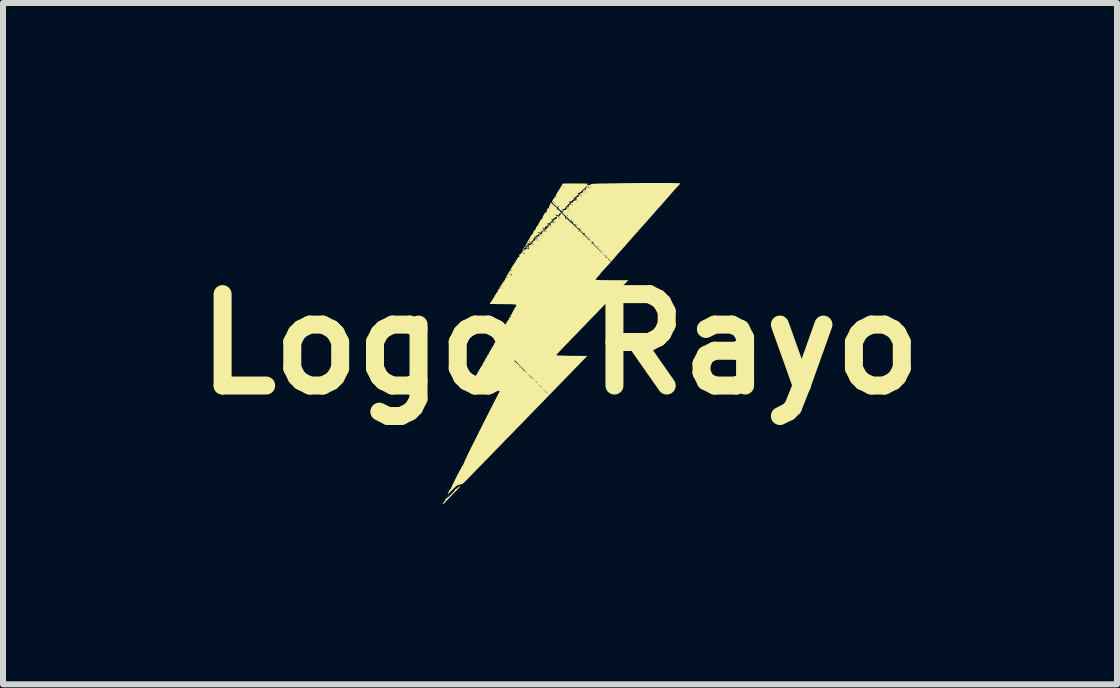
<source format=kicad_pcb>
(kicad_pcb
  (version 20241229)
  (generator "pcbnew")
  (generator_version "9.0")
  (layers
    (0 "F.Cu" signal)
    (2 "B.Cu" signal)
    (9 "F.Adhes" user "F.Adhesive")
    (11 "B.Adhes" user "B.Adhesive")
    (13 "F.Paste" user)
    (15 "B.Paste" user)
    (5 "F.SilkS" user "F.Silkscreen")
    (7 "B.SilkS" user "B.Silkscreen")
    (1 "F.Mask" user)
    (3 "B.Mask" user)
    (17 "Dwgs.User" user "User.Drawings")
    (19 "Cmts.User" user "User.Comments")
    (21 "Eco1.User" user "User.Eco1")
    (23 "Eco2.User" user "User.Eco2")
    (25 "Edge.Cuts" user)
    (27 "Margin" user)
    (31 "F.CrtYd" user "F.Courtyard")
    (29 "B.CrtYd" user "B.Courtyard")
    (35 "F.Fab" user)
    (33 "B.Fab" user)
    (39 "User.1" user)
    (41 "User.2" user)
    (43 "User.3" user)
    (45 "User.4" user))
  (footprint "Logo Rayo"
    (layer "F.Cu")
    (at 6.285 2.687)
    (property "Reference" "Logo Rayo" (at 0 0 0) (layer "F.SilkS") (effects (font (size 1.524 1.524) (thickness 0.3))))
    (attr board_only exclude_from_pos_files exclude_from_bom)
    (fp_poly (pts (xy -1.877 2.538) (xy -1.882 2.543) (xy -1.887 2.538) (xy -1.882 2.534)) (stroke (width 0) (type solid)) (fill yes) (layer "F.SilkS"))
    (fp_poly (pts (xy -1.859 2.52) (xy -1.864 2.525) (xy -1.868 2.52) (xy -1.864 2.515)) (stroke (width 0) (type solid)) (fill yes) (layer "F.SilkS"))
    (fp_poly (pts (xy -0.602 0.433) (xy -0.606 0.437) (xy -0.611 0.433) (xy -0.606 0.428)) (stroke (width 0) (type solid)) (fill yes) (layer "F.SilkS"))
    (fp_poly (pts (xy -0.374 -1.773) (xy -0.378 -1.768) (xy -0.383 -1.773) (xy -0.378 -1.777)) (stroke (width 0) (type solid)) (fill yes) (layer "F.SilkS"))
    (fp_poly (pts (xy -0.155 -1.991) (xy -0.159 -1.987) (xy -0.164 -1.991) (xy -0.159 -1.996)) (stroke (width 0) (type solid)) (fill yes) (layer "F.SilkS"))
    (fp_poly (pts (xy -0.027 -2.283) (xy -0.032 -2.278) (xy -0.036 -2.283) (xy -0.032 -2.288)) (stroke (width 0) (type solid)) (fill yes) (layer "F.SilkS"))
    (fp_poly (pts (xy -0.009 -2.137) (xy -0.014 -2.133) (xy -0.018 -2.137) (xy -0.014 -2.142)) (stroke (width 0) (type solid)) (fill yes) (layer "F.SilkS"))
    (fp_poly (pts (xy 0.237 -2.438) (xy 0.232 -2.433) (xy 0.228 -2.438) (xy 0.232 -2.442)) (stroke (width 0) (type solid)) (fill yes) (layer "F.SilkS"))
    (fp_poly (pts (xy 0.096 -2.285) (xy 0.103 -2.28) (xy 0.117 -2.266) (xy 0.117 -2.26) (xy 0.115 -2.26) (xy 0.107 -2.266) (xy 0.099 -2.276) (xy 0.091 -2.287)) (stroke (width 0) (type solid)) (fill yes) (layer "F.SilkS"))
    (fp_poly (pts (xy 0.271 -2.419) (xy 0.265 -2.413) (xy 0.252 -2.399) (xy 0.246 -2.399) (xy 0.246 -2.4) (xy 0.252 -2.408) (xy 0.262 -2.416) (xy 0.273 -2.424)) (stroke (width 0) (type solid)) (fill yes) (layer "F.SilkS"))
    (fp_poly (pts (xy -0.452 -1.706) (xy -0.454 -1.694) (xy -0.46 -1.687) (xy -0.473 -1.681) (xy -0.478 -1.685) (xy -0.476 -1.697) (xy -0.473 -1.7) (xy -0.465 -1.7) (xy -0.46 -1.695) (xy -0.456 -1.7) (xy -0.46 -1.704) (xy -0.465 -1.7) (xy -0.473 -1.7) (xy -0.47 -1.704) (xy -0.457 -1.709)) (stroke (width 0) (type solid)) (fill yes) (layer "F.SilkS"))
    (fp_poly (pts (xy -0.525 -1.632) (xy -0.526 -1.62) (xy -0.529 -1.618) (xy -0.533 -1.607) (xy -0.527 -1.596) (xy -0.519 -1.586) (xy -0.525 -1.589) (xy -0.529 -1.592) (xy -0.546 -1.598) (xy -0.553 -1.595) (xy -0.559 -1.594) (xy -0.561 -1.608) (xy -0.561 -1.61) (xy -0.554 -1.61) (xy -0.554 -1.604) (xy -0.552 -1.604) (xy -0.545 -1.61) (xy -0.537 -1.62) (xy -0.529 -1.631) (xy -0.533 -1.629) (xy -0.54 -1.623) (xy -0.554 -1.61) (xy -0.561 -1.61) (xy -0.56 -1.624) (xy -0.557 -1.627) (xy -0.548 -1.628) (xy -0.542 -1.632) (xy -0.529 -1.636)) (stroke (width 0) (type solid)) (fill yes) (layer "F.SilkS"))
    (fp_poly (pts (xy -1.668 2.375) (xy -1.674 2.383) (xy -1.691 2.402) (xy -1.717 2.43) (xy -1.75 2.464) (xy -1.789 2.503) (xy -1.797 2.512) (xy -1.837 2.553) (xy -1.873 2.59) (xy -1.902 2.621) (xy -1.923 2.643) (xy -1.934 2.656) (xy -1.935 2.657) (xy -1.945 2.67) (xy -1.952 2.668) (xy -1.951 2.655) (xy -1.946 2.643) (xy -1.934 2.624) (xy -1.924 2.616) (xy -1.923 2.616) (xy -1.916 2.608) (xy -1.909 2.589) (xy -1.909 2.587) (xy -1.903 2.57) (xy -1.897 2.568) (xy -1.896 2.569) (xy -1.888 2.567) (xy -1.871 2.554) (xy -1.848 2.534) (xy -1.822 2.509) (xy -1.796 2.483) (xy -1.773 2.458) (xy -1.757 2.438) (xy -1.75 2.425) (xy -1.75 2.425) (xy -1.743 2.416) (xy -1.738 2.415) (xy -1.725 2.409) (xy -1.707 2.394) (xy -1.706 2.392) (xy -1.686 2.375) (xy -1.673 2.369)) (stroke (width 0) (type solid)) (fill yes) (layer "F.SilkS"))
    (fp_poly (pts (xy 1.708 -2.687) (xy 1.789 -2.687) (xy 1.86 -2.686) (xy 1.918 -2.685) (xy 1.962 -2.684) (xy 1.992 -2.682) (xy 2.005 -2.68) (xy 2.005 -2.68) (xy 1.998 -2.668) (xy 1.993 -2.664) (xy 1.984 -2.655) (xy 1.965 -2.634) (xy 1.938 -2.605) (xy 1.906 -2.57) (xy 1.883 -2.543) (xy 1.843 -2.497) (xy 1.812 -2.461) (xy 1.786 -2.431) (xy 1.762 -2.404) (xy 1.738 -2.377) (xy 1.71 -2.346) (xy 1.677 -2.308) (xy 1.635 -2.261) (xy 1.626 -2.251) (xy 1.589 -2.209) (xy 1.554 -2.169) (xy 1.523 -2.135) (xy 1.501 -2.109) (xy 1.49 -2.097) (xy 1.47 -2.074) (xy 1.444 -2.044) (xy 1.416 -2.013) (xy 1.413 -2.01) (xy 1.37 -1.962) (xy 1.321 -1.907) (xy 1.263 -1.842) (xy 1.197 -1.767) (xy 1.146 -1.709) (xy 1.112 -1.67) (xy 1.08 -1.633) (xy 1.053 -1.603) (xy 1.034 -1.582) (xy 1.029 -1.576) (xy 1.015 -1.561) (xy 0.998 -1.542) (xy 0.976 -1.518) (xy 0.947 -1.485) (xy 0.909 -1.441) (xy 0.889 -1.417) (xy 0.863 -1.388) (xy 0.84 -1.362) (xy 0.824 -1.344) (xy 0.82 -1.34) (xy 0.783 -1.299) (xy 0.747 -1.26) (xy 0.714 -1.224) (xy 0.687 -1.193) (xy 0.668 -1.17) (xy 0.657 -1.157) (xy 0.656 -1.155) (xy 0.65 -1.147) (xy 0.636 -1.13) (xy 0.624 -1.117) (xy 0.606 -1.096) (xy 0.594 -1.08) (xy 0.592 -1.075) (xy 0.601 -1.072) (xy 0.627 -1.07) (xy 0.667 -1.069) (xy 0.721 -1.067) (xy 0.786 -1.067) (xy 0.862 -1.066) (xy 1.139 -1.066) (xy 1.023 -0.946) (xy 0.983 -0.904) (xy 0.943 -0.864) (xy 0.908 -0.828) (xy 0.88 -0.799) (xy 0.866 -0.784) (xy 0.85 -0.768) (xy 0.823 -0.74) (xy 0.787 -0.703) (xy 0.744 -0.658) (xy 0.695 -0.608) (xy 0.643 -0.553) (xy 0.602 -0.51) (xy 0.541 -0.448) (xy 0.477 -0.382) (xy 0.413 -0.315) (xy 0.351 -0.251) (xy 0.295 -0.193) (xy 0.247 -0.144) (xy 0.231 -0.128) (xy 0.153 -0.047) (xy 0.087 0.022) (xy 0.033 0.078) (xy -0.009 0.122) (xy -0.038 0.154) (xy -0.056 0.174) (xy -0.062 0.183) (xy -0.054 0.185) (xy -0.03 0.187) (xy 0.009 0.189) (xy 0.06 0.191) (xy 0.122 0.193) (xy 0.194 0.194) (xy 0.194 0.194) (xy 0.454 0.196) (xy 0.302 0.353) (xy 0.224 0.433) (xy 0.14 0.52) (xy 0.051 0.612) (xy -0.04 0.705) (xy -0.128 0.796) (xy -0.212 0.882) (xy -0.288 0.961) (xy -0.337 1.011) (xy -0.387 1.062) (xy -0.443 1.12) (xy -0.501 1.179) (xy -0.554 1.234) (xy -0.578 1.259) (xy -0.611 1.293) (xy -0.655 1.338) (xy -0.707 1.391) (xy -0.765 1.451) (xy -0.827 1.515) (xy -0.891 1.58) (xy -0.954 1.645) (xy -0.965 1.657) (xy -1.057 1.751) (xy -1.137 1.833) (xy -1.206 1.904) (xy -1.266 1.965) (xy -1.316 2.017) (xy -1.36 2.061) (xy -1.396 2.099) (xy -1.427 2.131) (xy -1.454 2.158) (xy -1.477 2.182) (xy -1.497 2.203) (xy -1.516 2.222) (xy -1.534 2.241) (xy -1.543 2.251) (xy -1.577 2.286) (xy -1.602 2.31) (xy -1.622 2.325) (xy -1.638 2.334) (xy -1.656 2.339) (xy -1.67 2.342) (xy -1.691 2.346) (xy -1.709 2.353) (xy -1.728 2.365) (xy -1.752 2.386) (xy -1.783 2.416) (xy -1.79 2.423) (xy -1.826 2.459) (xy -1.851 2.484) (xy -1.866 2.498) (xy -1.874 2.504) (xy -1.875 2.502) (xy -1.872 2.495) (xy -1.869 2.488) (xy -1.85 2.449) (xy -1.836 2.425) (xy -1.828 2.413) (xy -1.822 2.411) (xy -1.822 2.411) (xy -1.817 2.408) (xy -1.817 2.404) (xy -1.813 2.392) (xy -1.803 2.367) (xy -1.787 2.332) (xy -1.785 2.329) (xy -1.75 2.329) (xy -1.745 2.333) (xy -1.741 2.329) (xy -1.745 2.324) (xy -1.75 2.329) (xy -1.785 2.329) (xy -1.766 2.29) (xy -1.743 2.243) (xy -1.718 2.194) (xy -1.692 2.145) (xy -1.668 2.1) (xy -1.646 2.06) (xy -1.628 2.029) (xy -1.616 2.009) (xy -1.61 2.002) (xy -1.606 2.002) (xy -1.608 1.997) (xy -1.605 1.987) (xy -1.595 1.962) (xy -1.579 1.925) (xy -1.556 1.877) (xy -1.529 1.82) (xy -1.498 1.756) (xy -1.463 1.687) (xy -1.462 1.684) (xy -1.394 1.549) (xy -1.331 1.423) (xy -1.272 1.306) (xy -1.218 1.199) (xy -1.169 1.103) (xy -1.126 1.019) (xy -1.09 0.947) (xy -1.059 0.888) (xy -1.036 0.843) (xy -1.031 0.834) (xy -0.201 0.834) (xy -0.196 0.838) (xy -0.191 0.834) (xy -0.196 0.829) (xy -0.201 0.834) (xy -1.031 0.834) (xy -1.02 0.813) (xy -1.012 0.798) (xy -1.011 0.797) (xy -1.007 0.784) (xy -1.009 0.781) (xy -1.019 0.779) (xy -1.045 0.778) (xy -1.085 0.777) (xy -1.136 0.776) (xy -1.196 0.775) (xy -1.262 0.775) (xy -1.277 0.775) (xy -1.345 0.775) (xy -1.405 0.774) (xy -1.457 0.773) (xy -1.499 0.772) (xy -1.527 0.771) (xy -1.54 0.77) (xy -1.54 0.77) (xy -1.536 0.759) (xy -1.533 0.752) (xy -0.292 0.752) (xy -0.287 0.756) (xy -0.283 0.752) (xy -0.278 0.752) (xy -0.247 0.786) (xy -0.226 0.808) (xy -0.214 0.819) (xy -0.21 0.819) (xy -0.21 0.817) (xy -0.216 0.81) (xy -0.231 0.795) (xy -0.244 0.783) (xy -0.278 0.752) (xy -0.283 0.752) (xy -0.287 0.747) (xy -0.292 0.752) (xy -1.533 0.752) (xy -1.527 0.739) (xy -1.526 0.736) (xy -1.515 0.719) (xy -1.507 0.716) (xy -1.502 0.721) (xy -1.497 0.726) (xy -1.499 0.716) (xy -1.499 0.713) (xy -1.497 0.688) (xy -1.493 0.679) (xy -0.365 0.679) (xy -0.36 0.684) (xy -0.355 0.679) (xy -0.351 0.679) (xy -0.334 0.699) (xy -0.317 0.717) (xy -0.31 0.719) (xy -0.31 0.717) (xy -0.316 0.709) (xy -0.33 0.696) (xy -0.351 0.679) (xy -0.355 0.679) (xy -0.36 0.674) (xy -0.365 0.679) (xy -1.493 0.679) (xy -1.487 0.668) (xy -1.477 0.651) (xy -1.466 0.634) (xy -0.399 0.634) (xy -0.397 0.637) (xy -0.388 0.647) (xy -0.387 0.64) (xy -0.389 0.633) (xy -0.395 0.623) (xy -0.398 0.623) (xy -0.399 0.634) (xy -1.466 0.634) (xy -1.459 0.623) (xy -1.455 0.615) (xy -0.419 0.615) (xy -0.415 0.62) (xy -0.41 0.615) (xy -0.415 0.611) (xy -0.419 0.615) (xy -1.455 0.615) (xy -1.45 0.606) (xy -1.431 0.606) (xy -1.426 0.611) (xy -1.422 0.606) (xy -1.426 0.602) (xy -1.431 0.606) (xy -1.45 0.606) (xy -1.437 0.584) (xy -1.411 0.54) (xy -1.41 0.538) (xy -1.394 0.538) (xy -1.391 0.545) (xy -1.388 0.544) (xy -1.387 0.533) (xy -1.388 0.532) (xy -1.394 0.533) (xy -1.394 0.538) (xy -1.41 0.538) (xy -1.394 0.51) (xy -1.388 0.5) (xy -0.532 0.5) (xy -0.528 0.505) (xy -0.507 0.529) (xy -0.484 0.553) (xy -0.462 0.573) (xy -0.446 0.586) (xy -0.438 0.591) (xy -0.437 0.59) (xy -0.444 0.583) (xy -0.46 0.566) (xy -0.483 0.543) (xy -0.494 0.533) (xy -0.516 0.512) (xy -0.53 0.501) (xy -0.532 0.5) (xy -1.388 0.5) (xy -1.37 0.468) (xy -0.562 0.468) (xy -0.561 0.473) (xy -0.556 0.474) (xy -0.548 0.471) (xy -0.55 0.468) (xy -0.561 0.467) (xy -0.562 0.468) (xy -1.37 0.468) (xy -1.369 0.466) (xy -1.346 0.428) (xy -1.328 0.398) (xy -1.322 0.387) (xy -0.684 0.387) (xy -0.679 0.392) (xy -0.674 0.387) (xy -0.679 0.383) (xy -0.684 0.387) (xy -1.322 0.387) (xy -1.317 0.379) (xy -1.313 0.374) (xy -1.306 0.363) (xy -1.299 0.351) (xy -1.285 0.351) (xy -1.28 0.355) (xy -1.276 0.351) (xy -1.28 0.346) (xy -1.285 0.351) (xy -1.299 0.351) (xy -1.294 0.342) (xy -1.287 0.328) (xy -1.27 0.296) (xy -1.26 0.278) (xy -1.249 0.278) (xy -1.244 0.283) (xy -1.239 0.278) (xy -1.244 0.273) (xy -1.249 0.278) (xy -1.26 0.278) (xy -1.255 0.269) (xy -0.802 0.269) (xy -0.797 0.273) (xy -0.793 0.269) (xy -0.797 0.264) (xy -0.802 0.269) (xy -1.255 0.269) (xy -1.25 0.259) (xy -1.24 0.242) (xy -1.223 0.214) (xy -1.211 0.19) (xy -1.206 0.18) (xy -1.205 0.178) (xy -1.194 0.178) (xy -1.189 0.182) (xy -1.185 0.178) (xy -1.189 0.173) (xy -1.194 0.178) (xy -1.205 0.178) (xy -1.198 0.167) (xy -1.193 0.164) (xy -1.185 0.157) (xy -1.185 0.152) (xy -1.18 0.139) (xy -1.168 0.116) (xy -1.151 0.086) (xy -1.149 0.083) (xy -0.957 0.083) (xy -0.949 0.099) (xy -0.939 0.105) (xy -0.92 0.116) (xy -0.899 0.136) (xy -0.882 0.158) (xy -0.871 0.179) (xy -0.87 0.19) (xy -0.872 0.2) (xy -0.866 0.195) (xy -0.852 0.192) (xy -0.836 0.2) (xy -0.824 0.215) (xy -0.82 0.23) (xy -0.823 0.237) (xy -0.829 0.246) (xy -0.823 0.241) (xy -0.821 0.24) (xy -0.81 0.236) (xy -0.794 0.243) (xy -0.783 0.253) (xy -0.768 0.27) (xy -0.762 0.283) (xy -0.763 0.285) (xy -0.763 0.29) (xy -0.759 0.289) (xy -0.75 0.293) (xy -0.732 0.307) (xy -0.708 0.329) (xy -0.681 0.354) (xy -0.655 0.38) (xy -0.634 0.404) (xy -0.619 0.423) (xy -0.615 0.432) (xy -0.608 0.44) (xy -0.603 0.44) (xy -0.591 0.445) (xy -0.587 0.451) (xy -0.579 0.464) (xy -0.575 0.462) (xy -0.574 0.457) (xy -0.58 0.449) (xy -0.598 0.43) (xy -0.625 0.401) (xy -0.661 0.364) (xy -0.703 0.321) (xy -0.75 0.274) (xy -0.766 0.258) (xy -0.822 0.201) (xy -0.87 0.155) (xy -0.908 0.12) (xy -0.936 0.095) (xy -0.952 0.083) (xy -0.957 0.083) (xy -1.149 0.083) (xy -1.145 0.077) (xy -1.14 0.068) (xy 0.009 0.068) (xy 0.014 0.073) (xy 0.018 0.068) (xy 0.014 0.064) (xy 0.009 0.068) (xy -1.14 0.068) (xy -1.126 0.045) (xy -1.11 0.019) (xy -1.101 0.002) (xy -1.1 -0.000377) (xy -1.09 -0.019) (xy -1.082 -0.032) (xy -1.072 -0.048) (xy -1.057 -0.076) (xy -1.055 -0.079) (xy -1.045 -0.079) (xy -1.044 -0.074) (xy -1.039 -0.073) (xy -1.031 -0.076) (xy -1.033 -0.079) (xy -1.044 -0.08) (xy -1.045 -0.079) (xy -1.055 -0.079) (xy -1.045 -0.096) (xy -1.039 -0.096) (xy -1.034 -0.091) (xy -1.03 -0.096) (xy -1.034 -0.1) (xy -1.039 -0.096) (xy -1.045 -0.096) (xy -1.038 -0.109) (xy -1.035 -0.114) (xy -1.03 -0.114) (xy -1.025 -0.109) (xy -1.021 -0.114) (xy -1.025 -0.118) (xy -1.03 -0.114) (xy -1.035 -0.114) (xy -1.031 -0.121) (xy -1.012 -0.152) (xy -1.007 -0.159) (xy -0.993 -0.159) (xy -0.989 -0.155) (xy -0.984 -0.159) (xy -0.989 -0.164) (xy -0.993 -0.159) (xy -1.007 -0.159) (xy -0.996 -0.176) (xy -0.985 -0.19) (xy -0.983 -0.191) (xy -0.979 -0.198) (xy -0.981 -0.205) (xy -0.981 -0.217) (xy -0.976 -0.219) (xy -0.967 -0.226) (xy -0.966 -0.232) (xy -0.961 -0.245) (xy -0.957 -0.246) (xy -0.948 -0.253) (xy -0.948 -0.255) (xy -0.943 -0.268) (xy -0.936 -0.283) (xy -0.92 -0.283) (xy -0.917 -0.275) (xy -0.914 -0.276) (xy -0.913 -0.287) (xy -0.914 -0.289) (xy -0.92 -0.287) (xy -0.92 -0.283) (xy -0.936 -0.283) (xy -0.932 -0.291) (xy -0.916 -0.319) (xy -0.898 -0.35) (xy -0.88 -0.378) (xy -0.866 -0.399) (xy -0.857 -0.41) (xy -0.855 -0.41) (xy -0.849 -0.416) (xy -0.849 -0.417) (xy -0.848 -0.43) (xy -0.844 -0.445) (xy -0.837 -0.459) (xy -0.827 -0.458) (xy -0.823 -0.454) (xy -0.813 -0.447) (xy -0.814 -0.453) (xy -0.819 -0.463) (xy -0.825 -0.478) (xy -0.823 -0.483) (xy -0.814 -0.49) (xy -0.806 -0.504) (xy -0.792 -0.533) (xy -0.775 -0.565) (xy -0.758 -0.594) (xy -0.745 -0.616) (xy -0.736 -0.627) (xy -0.736 -0.627) (xy -0.73 -0.638) (xy -0.729 -0.648) (xy -0.73 -0.653) (xy -0.734 -0.657) (xy -0.743 -0.66) (xy -0.76 -0.663) (xy -0.786 -0.664) (xy -0.823 -0.666) (xy -0.874 -0.666) (xy -0.942 -0.667) (xy -0.952 -0.667) (xy -1.174 -0.67) (xy -1.138 -0.725) (xy -1.119 -0.754) (xy -1.104 -0.778) (xy -1.096 -0.793) (xy -1.096 -0.793) (xy -1.088 -0.808) (xy -1.073 -0.831) (xy -1.06 -0.85) (xy -1.044 -0.876) (xy -1.033 -0.897) (xy -1.03 -0.907) (xy -1.023 -0.919) (xy -1.016 -0.92) (xy -1.01 -0.925) (xy -0.957 -0.925) (xy -0.952 -0.92) (xy -0.948 -0.925) (xy -0.952 -0.93) (xy -0.957 -0.925) (xy -1.01 -0.925) (xy -1.007 -0.927) (xy -1.008 -0.933) (xy -1.006 -0.943) (xy -0.993 -0.943) (xy -0.989 -0.939) (xy -0.984 -0.943) (xy -0.989 -0.948) (xy -0.993 -0.943) (xy -1.006 -0.943) (xy -1.006 -0.948) (xy -1.001 -0.954) (xy -0.972 -0.954) (xy -0.971 -0.948) (xy -0.966 -0.948) (xy -0.959 -0.951) (xy -0.96 -0.954) (xy -0.971 -0.955) (xy -0.972 -0.954) (xy -1.001 -0.954) (xy -0.998 -0.957) (xy -0.987 -0.972) (xy -0.984 -0.981) (xy -0.98 -0.992) (xy -0.976 -0.993) (xy -0.971 -0.998) (xy -0.957 -0.998) (xy -0.952 -0.993) (xy -0.948 -0.998) (xy -0.952 -1.003) (xy -0.957 -0.998) (xy -0.971 -0.998) (xy -0.968 -1.001) (xy -0.958 -1.019) (xy -0.957 -1.021) (xy -0.954 -1.025) (xy 1.057 -1.025) (xy 1.062 -1.021) (xy 1.066 -1.025) (xy 1.062 -1.03) (xy 1.057 -1.025) (xy -0.954 -1.025) (xy -0.946 -1.039) (xy -0.935 -1.045) (xy -0.934 -1.045) (xy -0.926 -1.047) (xy -0.928 -1.059) (xy -0.929 -1.072) (xy -0.921 -1.071) (xy -0.921 -1.071) (xy -0.913 -1.068) (xy -0.915 -1.074) (xy -0.914 -1.087) (xy -0.903 -1.11) (xy -0.903 -1.112) (xy -0.889 -1.112) (xy -0.888 -1.103) (xy -0.885 -1.103) (xy -0.878 -1.107) (xy 0.583 -1.107) (xy 0.588 -1.103) (xy 0.592 -1.107) (xy 0.588 -1.112) (xy 0.583 -1.107) (xy -0.878 -1.107) (xy -0.875 -1.109) (xy -0.875 -1.112) (xy -0.878 -1.121) (xy -0.879 -1.121) (xy -0.887 -1.115) (xy -0.889 -1.112) (xy -0.903 -1.112) (xy -0.886 -1.142) (xy -0.885 -1.144) (xy -0.838 -1.144) (xy -0.834 -1.139) (xy -0.829 -1.144) (xy -0.834 -1.148) (xy -0.838 -1.144) (xy -0.885 -1.144) (xy -0.878 -1.155) (xy -0.868 -1.171) (xy -0.829 -1.171) (xy -0.824 -1.161) (xy -0.814 -1.15) (xy -0.805 -1.143) (xy -0.804 -1.143) (xy -0.805 -1.153) (xy -0.807 -1.161) (xy -0.816 -1.172) (xy -0.825 -1.176) (xy -0.829 -1.171) (xy -0.868 -1.171) (xy -0.856 -1.19) (xy -0.837 -1.223) (xy -0.835 -1.226) (xy -0.818 -1.226) (xy -0.816 -1.222) (xy -0.807 -1.212) (xy -0.806 -1.219) (xy -0.808 -1.226) (xy -0.815 -1.236) (xy -0.818 -1.236) (xy -0.818 -1.226) (xy -0.835 -1.226) (xy -0.823 -1.247) (xy -0.82 -1.253) (xy -0.807 -1.277) (xy -0.788 -1.307) (xy -0.779 -1.321) (xy -0.758 -1.353) (xy -0.752 -1.363) (xy -0.738 -1.363) (xy -0.734 -1.358) (xy -0.729 -1.363) (xy -0.734 -1.367) (xy -0.738 -1.363) (xy -0.752 -1.363) (xy -0.735 -1.39) (xy -0.72 -1.414) (xy -0.714 -1.424) (xy 0.802 -1.424) (xy 0.808 -1.412) (xy 0.822 -1.395) (xy 0.837 -1.381) (xy 0.846 -1.376) (xy 0.844 -1.382) (xy 0.833 -1.397) (xy 0.829 -1.401) (xy 0.814 -1.419) (xy 0.805 -1.429) (xy 0.804 -1.43) (xy 0.802 -1.427) (xy 0.802 -1.424) (xy -0.714 -1.424) (xy -0.7 -1.445) (xy -0.685 -1.459) (xy -0.675 -1.461) (xy -0.666 -1.459) (xy -0.673 -1.465) (xy -0.681 -1.477) (xy -0.676 -1.491) (xy -0.673 -1.494) (xy 0.728 -1.494) (xy 0.73 -1.49) (xy 0.747 -1.47) (xy 0.759 -1.46) (xy 0.77 -1.448) (xy 0.771 -1.441) (xy 0.774 -1.435) (xy 0.78 -1.434) (xy 0.792 -1.435) (xy 0.793 -1.435) (xy 0.787 -1.441) (xy 0.771 -1.457) (xy 0.755 -1.472) (xy 0.745 -1.481) (xy 0.775 -1.481) (xy 0.779 -1.476) (xy 0.784 -1.481) (xy 0.779 -1.486) (xy 0.775 -1.481) (xy 0.745 -1.481) (xy 0.737 -1.488) (xy 0.728 -1.494) (xy -0.673 -1.494) (xy -0.668 -1.501) (xy -0.665 -1.499) (xy -0.661 -1.499) (xy -0.653 -1.511) (xy -0.616 -1.511) (xy -0.614 -1.507) (xy -0.607 -1.507) (xy -0.591 -1.512) (xy -0.587 -1.515) (xy -0.589 -1.519) (xy -0.596 -1.519) (xy -0.612 -1.513) (xy -0.616 -1.511) (xy -0.653 -1.511) (xy -0.652 -1.512) (xy -0.652 -1.513) (xy -0.642 -1.526) (xy -0.638 -1.523) (xy -0.638 -1.522) (xy -0.636 -1.513) (xy -0.63 -1.52) (xy -0.629 -1.522) (xy -0.627 -1.537) (xy -0.608 -1.537) (xy -0.606 -1.532) (xy -0.602 -1.531) (xy -0.594 -1.534) (xy -0.595 -1.537) (xy -0.606 -1.538) (xy -0.608 -1.537) (xy -0.627 -1.537) (xy -0.627 -1.54) (xy -0.631 -1.547) (xy -0.635 -1.555) (xy -0.626 -1.553) (xy -0.613 -1.553) (xy -0.611 -1.557) (xy -0.617 -1.567) (xy -0.62 -1.568) (xy -0.622 -1.574) (xy -0.619 -1.579) (xy -0.609 -1.579) (xy -0.608 -1.569) (xy -0.605 -1.565) (xy -0.595 -1.559) (xy -0.596 -1.566) (xy -0.597 -1.568) (xy -0.595 -1.577) (xy -0.591 -1.578) (xy -0.573 -1.58) (xy -0.57 -1.581) (xy -0.554 -1.586) (xy -0.55 -1.588) (xy -0.537 -1.589) (xy -0.533 -1.586) (xy -0.522 -1.581) (xy -0.518 -1.582) (xy -0.515 -1.592) (xy -0.519 -1.599) (xy -0.525 -1.612) (xy -0.519 -1.618) (xy -0.514 -1.627) (xy -0.519 -1.636) (xy -0.523 -1.647) (xy -0.519 -1.65) (xy -0.453 -1.65) (xy -0.452 -1.65) (xy -0.444 -1.656) (xy -0.442 -1.659) (xy -0.441 -1.663) (xy 0.519 -1.663) (xy 0.524 -1.659) (xy 0.529 -1.663) (xy 0.524 -1.668) (xy 0.519 -1.663) (xy -0.441 -1.663) (xy -0.44 -1.667) (xy -0.441 -1.668) (xy -0.449 -1.661) (xy -0.451 -1.659) (xy -0.453 -1.65) (xy -0.519 -1.65) (xy -0.514 -1.653) (xy -0.497 -1.655) (xy -0.491 -1.653) (xy -0.485 -1.653) (xy -0.485 -1.656) (xy -0.483 -1.663) (xy -0.482 -1.663) (xy -0.471 -1.669) (xy -0.457 -1.681) (xy -0.444 -1.697) (xy -0.447 -1.709) (xy -0.447 -1.711) (xy 0.51 -1.711) (xy 0.516 -1.704) (xy 0.533 -1.686) (xy 0.557 -1.661) (xy 0.586 -1.632) (xy 0.617 -1.601) (xy 0.648 -1.571) (xy 0.675 -1.544) (xy 0.696 -1.525) (xy 0.708 -1.514) (xy 0.71 -1.513) (xy 0.707 -1.519) (xy 0.694 -1.534) (xy 0.683 -1.546) (xy 0.675 -1.554) (xy 0.702 -1.554) (xy 0.706 -1.549) (xy 0.711 -1.554) (xy 0.706 -1.558) (xy 0.702 -1.554) (xy 0.675 -1.554) (xy 0.661 -1.568) (xy 0.632 -1.598) (xy 0.621 -1.609) (xy 0.647 -1.609) (xy 0.652 -1.604) (xy 0.656 -1.609) (xy 0.652 -1.613) (xy 0.647 -1.609) (xy 0.621 -1.609) (xy 0.601 -1.628) (xy 0.595 -1.634) (xy 0.591 -1.638) (xy 0.621 -1.638) (xy 0.623 -1.633) (xy 0.633 -1.623) (xy 0.638 -1.625) (xy 0.638 -1.626) (xy 0.631 -1.634) (xy 0.627 -1.637) (xy 0.621 -1.638) (xy 0.591 -1.638) (xy 0.57 -1.66) (xy 0.552 -1.681) (xy 0.552 -1.681) (xy 0.574 -1.681) (xy 0.579 -1.677) (xy 0.583 -1.681) (xy 0.579 -1.686) (xy 0.574 -1.681) (xy 0.552 -1.681) (xy 0.544 -1.694) (xy 0.543 -1.697) (xy 0.554 -1.7) (xy 0.558 -1.698) (xy 0.563 -1.698) (xy 0.561 -1.704) (xy 0.551 -1.71) (xy 0.544 -1.705) (xy 0.531 -1.701) (xy 0.522 -1.706) (xy 0.512 -1.712) (xy 0.51 -1.711) (xy -0.447 -1.711) (xy -0.448 -1.72) (xy -0.444 -1.723) (xy -0.381 -1.723) (xy -0.379 -1.722) (xy -0.371 -1.729) (xy -0.369 -1.732) (xy -0.368 -1.736) (xy 0.447 -1.736) (xy 0.451 -1.732) (xy 0.456 -1.736) (xy 0.451 -1.741) (xy 0.447 -1.736) (xy -0.368 -1.736) (xy -0.367 -1.74) (xy -0.368 -1.741) (xy -0.376 -1.734) (xy -0.378 -1.732) (xy -0.381 -1.723) (xy -0.444 -1.723) (xy -0.438 -1.728) (xy -0.423 -1.728) (xy -0.416 -1.725) (xy -0.412 -1.726) (xy -0.418 -1.734) (xy -0.425 -1.745) (xy -0.417 -1.747) (xy -0.412 -1.746) (xy -0.392 -1.749) (xy -0.378 -1.76) (xy -0.368 -1.772) (xy -0.368 -1.777) (xy -0.38 -1.777) (xy -0.387 -1.77) (xy -0.387 -1.769) (xy -0.392 -1.756) (xy -0.404 -1.758) (xy -0.41 -1.764) (xy -0.417 -1.774) (xy -0.414 -1.776) (xy -0.401 -1.779) (xy -0.382 -1.789) (xy -0.381 -1.79) (xy -0.36 -1.8) (xy -0.344 -1.799) (xy -0.337 -1.796) (xy -0.337 -1.796) (xy -0.308 -1.796) (xy -0.306 -1.795) (xy -0.298 -1.802) (xy -0.296 -1.805) (xy -0.294 -1.811) (xy 0.375 -1.811) (xy 0.377 -1.806) (xy 0.387 -1.796) (xy 0.392 -1.798) (xy 0.392 -1.799) (xy 0.385 -1.807) (xy 0.381 -1.81) (xy 0.375 -1.811) (xy -0.294 -1.811) (xy -0.294 -1.813) (xy -0.295 -1.814) (xy -0.303 -1.807) (xy -0.305 -1.805) (xy -0.308 -1.796) (xy -0.337 -1.796) (xy -0.342 -1.804) (xy -0.344 -1.806) (xy -0.352 -1.819) (xy -0.345 -1.825) (xy -0.344 -1.825) (xy -0.338 -1.833) (xy -0.34 -1.837) (xy -0.351 -1.838) (xy -0.359 -1.83) (xy -0.373 -1.817) (xy -0.38 -1.814) (xy -0.393 -1.807) (xy -0.401 -1.8) (xy -0.414 -1.791) (xy -0.422 -1.792) (xy -0.427 -1.793) (xy -0.425 -1.789) (xy -0.427 -1.776) (xy -0.439 -1.755) (xy -0.457 -1.731) (xy -0.479 -1.708) (xy -0.483 -1.705) (xy -0.495 -1.689) (xy -0.497 -1.678) (xy -0.498 -1.673) (xy -0.51 -1.675) (xy -0.527 -1.683) (xy -0.535 -1.689) (xy -0.545 -1.692) (xy -0.547 -1.688) (xy -0.54 -1.674) (xy -0.538 -1.672) (xy -0.529 -1.661) (xy -0.533 -1.653) (xy -0.544 -1.654) (xy -0.555 -1.656) (xy -0.554 -1.654) (xy -0.557 -1.645) (xy -0.569 -1.628) (xy -0.58 -1.616) (xy -0.6 -1.593) (xy -0.609 -1.579) (xy -0.619 -1.579) (xy -0.614 -1.589) (xy -0.601 -1.608) (xy -0.586 -1.627) (xy -0.575 -1.638) (xy -0.566 -1.647) (xy -0.568 -1.649) (xy -0.568 -1.657) (xy -0.56 -1.676) (xy -0.546 -1.703) (xy -0.519 -1.703) (xy -0.514 -1.699) (xy -0.506 -1.704) (xy -0.496 -1.716) (xy -0.496 -1.72) (xy -0.506 -1.72) (xy -0.517 -1.711) (xy -0.519 -1.703) (xy -0.546 -1.703) (xy -0.546 -1.703) (xy -0.529 -1.732) (xy -0.52 -1.746) (xy -0.518 -1.75) (xy -0.51 -1.75) (xy -0.507 -1.742) (xy -0.504 -1.744) (xy -0.503 -1.754) (xy -0.474 -1.754) (xy -0.469 -1.75) (xy -0.465 -1.754) (xy -0.469 -1.759) (xy -0.474 -1.754) (xy -0.503 -1.754) (xy -0.503 -1.755) (xy -0.504 -1.756) (xy -0.51 -1.755) (xy -0.51 -1.75) (xy -0.518 -1.75) (xy -0.506 -1.771) (xy -0.49 -1.798) (xy -0.473 -1.823) (xy -0.459 -1.839) (xy -0.451 -1.843) (xy -0.451 -1.843) (xy -0.447 -1.844) (xy -0.449 -1.85) (xy -0.448 -1.858) (xy -0.365 -1.858) (xy -0.361 -1.852) (xy -0.358 -1.853) (xy -0.348 -1.853) (xy -0.335 -1.843) (xy -0.326 -1.83) (xy -0.325 -1.819) (xy -0.326 -1.814) (xy -0.323 -1.817) (xy -0.314 -1.832) (xy -0.314 -1.835) (xy -0.307 -1.843) (xy -0.302 -1.843) (xy -0.295 -1.846) (xy -0.296 -1.85) (xy -0.296 -1.864) (xy -0.294 -1.869) (xy -0.235 -1.869) (xy -0.233 -1.868) (xy -0.225 -1.875) (xy -0.223 -1.877) (xy -0.222 -1.884) (xy 0.302 -1.884) (xy 0.304 -1.879) (xy 0.314 -1.869) (xy 0.319 -1.871) (xy 0.319 -1.872) (xy 0.313 -1.88) (xy 0.308 -1.883) (xy 0.302 -1.884) (xy -0.222 -1.884) (xy -0.221 -1.886) (xy -0.222 -1.887) (xy -0.231 -1.88) (xy -0.232 -1.877) (xy -0.235 -1.869) (xy -0.294 -1.869) (xy -0.291 -1.873) (xy -0.284 -1.887) (xy -0.286 -1.893) (xy -0.296 -1.893) (xy -0.308 -1.883) (xy -0.316 -1.87) (xy -0.315 -1.863) (xy -0.316 -1.855) (xy -0.328 -1.858) (xy -0.334 -1.86) (xy -0.354 -1.867) (xy -0.363 -1.867) (xy -0.365 -1.859) (xy -0.365 -1.858) (xy -0.448 -1.858) (xy -0.447 -1.865) (xy -0.438 -1.884) (xy -0.426 -1.901) (xy -0.414 -1.909) (xy -0.41 -1.909) (xy -0.405 -1.911) (xy -0.407 -1.918) (xy -0.405 -1.931) (xy -0.405 -1.932) (xy -0.292 -1.932) (xy -0.286 -1.926) (xy -0.284 -1.927) (xy -0.272 -1.925) (xy -0.26 -1.915) (xy -0.251 -1.899) (xy -0.255 -1.891) (xy -0.263 -1.893) (xy -0.264 -1.9) (xy -0.269 -1.912) (xy -0.273 -1.914) (xy -0.282 -1.908) (xy -0.279 -1.897) (xy -0.273 -1.891) (xy -0.269 -1.88) (xy -0.27 -1.875) (xy -0.269 -1.872) (xy -0.258 -1.88) (xy -0.257 -1.881) (xy -0.244 -1.897) (xy -0.24 -1.908) (xy -0.235 -1.917) (xy -0.231 -1.917) (xy -0.223 -1.922) (xy -0.222 -1.93) (xy -0.217 -1.942) (xy -0.162 -1.942) (xy -0.161 -1.941) (xy -0.152 -1.948) (xy -0.15 -1.95) (xy -0.149 -1.955) (xy 0.228 -1.955) (xy 0.232 -1.95) (xy 0.237 -1.955) (xy 0.232 -1.959) (xy 0.228 -1.955) (xy -0.149 -1.955) (xy -0.148 -1.959) (xy -0.149 -1.959) (xy -0.158 -1.953) (xy -0.159 -1.95) (xy -0.162 -1.942) (xy -0.217 -1.942) (xy -0.216 -1.943) (xy -0.207 -1.944) (xy -0.196 -1.946) (xy -0.201 -1.955) (xy -0.205 -1.964) (xy -0.194 -1.964) (xy -0.177 -1.967) (xy -0.16 -1.977) (xy -0.151 -1.99) (xy -0.151 -1.997) (xy -0.162 -2.001) (xy -0.167 -1.999) (xy -0.169 -2) (xy -0.159 -2.011) (xy -0.155 -2.016) (xy -0.138 -2.029) (xy -0.125 -2.034) (xy -0.12 -2.031) (xy -0.123 -2.023) (xy -0.127 -2.014) (xy -0.126 -2.015) (xy -0.089 -2.015) (xy -0.088 -2.014) (xy -0.079 -2.021) (xy -0.077 -2.023) (xy -0.076 -2.03) (xy 0.156 -2.03) (xy 0.159 -2.025) (xy 0.168 -2.015) (xy 0.173 -2.017) (xy 0.173 -2.018) (xy 0.167 -2.026) (xy 0.163 -2.029) (xy 0.156 -2.03) (xy -0.076 -2.03) (xy -0.075 -2.032) (xy -0.076 -2.032) (xy -0.085 -2.026) (xy -0.087 -2.023) (xy -0.089 -2.015) (xy -0.126 -2.015) (xy -0.12 -2.018) (xy -0.104 -2.034) (xy -0.095 -2.044) (xy -0.08 -2.06) (xy -0.078 -2.065) (xy -0.087 -2.057) (xy -0.092 -2.052) (xy -0.11 -2.04) (xy -0.121 -2.039) (xy -0.122 -2.04) (xy -0.12 -2.051) (xy -0.106 -2.066) (xy -0.088 -2.081) (xy -0.075 -2.088) (xy -0.016 -2.088) (xy -0.015 -2.087) (xy -0.006 -2.093) (xy -0.005 -2.096) (xy -0.002 -2.105) (xy -0.003 -2.105) (xy -0.012 -2.099) (xy -0.014 -2.096) (xy -0.016 -2.088) (xy -0.075 -2.088) (xy -0.069 -2.091) (xy -0.057 -2.092) (xy -0.048 -2.09) (xy -0.053 -2.099) (xy -0.054 -2.1) (xy -0.06 -2.111) (xy -0.053 -2.117) (xy -0.046 -2.125) (xy -0.049 -2.129) (xy -0.059 -2.129) (xy -0.068 -2.121) (xy -0.084 -2.108) (xy -0.094 -2.105) (xy -0.107 -2.098) (xy -0.109 -2.091) (xy -0.115 -2.081) (xy -0.128 -2.082) (xy -0.142 -2.083) (xy -0.146 -2.079) (xy -0.141 -2.07) (xy -0.139 -2.07) (xy -0.127 -2.07) (xy -0.128 -2.063) (xy -0.143 -2.047) (xy -0.154 -2.037) (xy -0.181 -2.016) (xy -0.2 -2.01) (xy -0.204 -2.01) (xy -0.216 -2.011) (xy -0.219 -2.006) (xy -0.214 -1.997) (xy -0.212 -1.997) (xy -0.198 -1.996) (xy -0.179 -1.99) (xy -0.168 -1.988) (xy -0.167 -1.981) (xy -0.169 -1.977) (xy -0.179 -1.973) (xy -0.189 -1.979) (xy -0.202 -1.985) (xy -0.213 -1.976) (xy -0.214 -1.975) (xy -0.23 -1.962) (xy -0.24 -1.959) (xy -0.254 -1.955) (xy -0.251 -1.942) (xy -0.244 -1.933) (xy -0.239 -1.927) (xy -0.247 -1.928) (xy -0.258 -1.932) (xy -0.28 -1.939) (xy -0.289 -1.94) (xy -0.292 -1.934) (xy -0.292 -1.932) (xy -0.405 -1.932) (xy -0.397 -1.949) (xy -0.386 -1.965) (xy -0.376 -1.974) (xy -0.372 -1.973) (xy -0.369 -1.977) (xy -0.367 -1.987) (xy -0.36 -2.008) (xy -0.351 -2.019) (xy -0.34 -2.035) (xy -0.337 -2.043) (xy -0.332 -2.057) (xy -0.32 -2.074) (xy -0.307 -2.086) (xy -0.297 -2.089) (xy -0.296 -2.089) (xy -0.293 -2.089) (xy -0.295 -2.093) (xy -0.293 -2.105) (xy -0.285 -2.129) (xy -0.274 -2.151) (xy -0.073 -2.151) (xy -0.068 -2.143) (xy -0.066 -2.143) (xy -0.053 -2.141) (xy -0.039 -2.137) (xy -0.024 -2.13) (xy -0.026 -2.12) (xy -0.029 -2.116) (xy -0.034 -2.108) (xy -0.027 -2.112) (xy -0.022 -2.117) (xy -0.009 -2.135) (xy -0.005 -2.149) (xy 0.002 -2.161) (xy 0.014 -2.162) (xy 0.025 -2.162) (xy 0.02 -2.167) (xy 0.019 -2.168) (xy 0.012 -2.181) (xy 0.014 -2.189) (xy 0.016 -2.195) (xy 0.007 -2.189) (xy 0.004 -2.187) (xy -0.017 -2.168) (xy -0.023 -2.154) (xy -0.022 -2.149) (xy -0.026 -2.147) (xy -0.041 -2.151) (xy -0.041 -2.151) (xy -0.062 -2.158) (xy -0.071 -2.159) (xy -0.073 -2.152) (xy -0.073 -2.151) (xy -0.274 -2.151) (xy -0.273 -2.154) (xy -0.255 -2.183) (xy -0.242 -2.197) (xy -0.231 -2.199) (xy -0.23 -2.199) (xy -0.22 -2.198) (xy -0.222 -2.209) (xy -0.222 -2.21) (xy -0.222 -2.226) (xy -0.215 -2.245) (xy -0.205 -2.261) (xy -0.194 -2.266) (xy -0.192 -2.265) (xy -0.186 -2.269) (xy -0.185 -2.281) (xy -0.18 -2.303) (xy -0.176 -2.31) (xy -0.164 -2.31) (xy -0.159 -2.306) (xy -0.155 -2.31) (xy -0.159 -2.315) (xy -0.164 -2.31) (xy -0.176 -2.31) (xy -0.172 -2.319) (xy -0.137 -2.319) (xy -0.132 -2.315) (xy -0.128 -2.319) (xy -0.132 -2.324) (xy -0.137 -2.319) (xy -0.172 -2.319) (xy -0.168 -2.328) (xy -0.167 -2.331) (xy -0.149 -2.361) (xy -0.102 -2.314) (xy -0.073 -2.287) (xy -0.052 -2.275) (xy -0.044 -2.275) (xy -0.04 -2.274) (xy -0.048 -2.263) (xy -0.048 -2.263) (xy -0.059 -2.247) (xy -0.055 -2.238) (xy -0.054 -2.237) (xy -0.047 -2.235) (xy -0.049 -2.241) (xy -0.05 -2.25) (xy -0.046 -2.251) (xy -0.035 -2.245) (xy -0.017 -2.229) (xy 0.006 -2.207) (xy 0.032 -2.181) (xy 0.056 -2.155) (xy 0.075 -2.133) (xy 0.088 -2.116) (xy 0.09 -2.109) (xy 0.082 -2.098) (xy 0.086 -2.088) (xy 0.091 -2.087) (xy 0.098 -2.092) (xy 0.098 -2.094) (xy 0.103 -2.102) (xy 0.105 -2.103) (xy 0.113 -2.098) (xy 0.114 -2.094) (xy 0.121 -2.082) (xy 0.138 -2.067) (xy 0.141 -2.065) (xy 0.156 -2.053) (xy 0.181 -2.031) (xy 0.214 -1.999) (xy 0.253 -1.961) (xy 0.297 -1.919) (xy 0.324 -1.893) (xy 0.38 -1.837) (xy 0.425 -1.793) (xy 0.459 -1.761) (xy 0.483 -1.74) (xy 0.498 -1.729) (xy 0.506 -1.727) (xy 0.506 -1.733) (xy 0.505 -1.736) (xy 0.496 -1.747) (xy 0.492 -1.747) (xy 0.483 -1.752) (xy 0.465 -1.768) (xy 0.449 -1.784) (xy 0.475 -1.784) (xy 0.478 -1.779) (xy 0.487 -1.769) (xy 0.492 -1.771) (xy 0.492 -1.772) (xy 0.486 -1.78) (xy 0.482 -1.783) (xy 0.475 -1.784) (xy 0.449 -1.784) (xy 0.442 -1.79) (xy 0.439 -1.793) (xy 0.415 -1.819) (xy 0.409 -1.827) (xy 0.428 -1.827) (xy 0.433 -1.823) (xy 0.437 -1.827) (xy 0.433 -1.832) (xy 0.428 -1.827) (xy 0.409 -1.827) (xy 0.403 -1.835) (xy 0.402 -1.842) (xy 0.411 -1.842) (xy 0.413 -1.842) (xy 0.416 -1.846) (xy 0.415 -1.85) (xy 0.404 -1.855) (xy 0.398 -1.851) (xy 0.386 -1.851) (xy 0.367 -1.864) (xy 0.354 -1.878) (xy 0.334 -1.9) (xy 0.334 -1.9) (xy 0.355 -1.9) (xy 0.36 -1.896) (xy 0.365 -1.9) (xy 0.36 -1.905) (xy 0.355 -1.9) (xy 0.334 -1.9) (xy 0.327 -1.912) (xy 0.332 -1.916) (xy 0.34 -1.915) (xy 0.343 -1.919) (xy 0.342 -1.923) (xy 0.331 -1.928) (xy 0.325 -1.924) (xy 0.313 -1.924) (xy 0.293 -1.939) (xy 0.281 -1.95) (xy 0.263 -1.972) (xy 0.254 -1.987) (xy 0.256 -1.993) (xy 0.267 -1.988) (xy 0.277 -1.98) (xy 0.29 -1.969) (xy 0.29 -1.971) (xy 0.279 -1.984) (xy 0.263 -1.998) (xy 0.25 -1.996) (xy 0.239 -1.995) (xy 0.228 -2.005) (xy 0.283 -2.005) (xy 0.286 -1.998) (xy 0.289 -1.999) (xy 0.29 -2.01) (xy 0.289 -2.011) (xy 0.283 -2.01) (xy 0.283 -2.005) (xy 0.228 -2.005) (xy 0.226 -2.007) (xy 0.216 -2.023) (xy 0.214 -2.04) (xy 0.215 -2.044) (xy 0.218 -2.051) (xy 0.21 -2.044) (xy 0.202 -2.042) (xy 0.19 -2.048) (xy 0.17 -2.063) (xy 0.162 -2.071) (xy 0.186 -2.071) (xy 0.187 -2.068) (xy 0.195 -2.06) (xy 0.197 -2.07) (xy 0.197 -2.073) (xy 0.193 -2.082) (xy 0.19 -2.081) (xy 0.186 -2.071) (xy 0.162 -2.071) (xy 0.142 -2.089) (xy 0.115 -2.115) (xy 0.111 -2.119) (xy 0.137 -2.119) (xy 0.141 -2.114) (xy 0.146 -2.119) (xy 0.141 -2.124) (xy 0.137 -2.119) (xy 0.111 -2.119) (xy 0.087 -2.144) (xy 0.113 -2.144) (xy 0.114 -2.141) (xy 0.122 -2.133) (xy 0.124 -2.143) (xy 0.125 -2.146) (xy 0.121 -2.155) (xy 0.117 -2.154) (xy 0.113 -2.144) (xy 0.087 -2.144) (xy 0.078 -2.152) (xy 0.053 -2.179) (xy 0.04 -2.196) (xy 0.036 -2.206) (xy 0.041 -2.21) (xy 0.046 -2.21) (xy 0.053 -2.216) (xy 0.052 -2.218) (xy 0.057 -2.228) (xy 0.067 -2.233) (xy 0.13 -2.233) (xy 0.131 -2.233) (xy 0.139 -2.239) (xy 0.141 -2.242) (xy 0.144 -2.251) (xy 0.142 -2.251) (xy 0.134 -2.245) (xy 0.132 -2.242) (xy 0.13 -2.233) (xy 0.067 -2.233) (xy 0.071 -2.236) (xy 0.087 -2.239) (xy 0.091 -2.237) (xy 0.098 -2.238) (xy 0.098 -2.243) (xy 0.103 -2.254) (xy 0.109 -2.255) (xy 0.12 -2.263) (xy 0.12 -2.278) (xy 0.119 -2.293) (xy 0.125 -2.293) (xy 0.132 -2.288) (xy 0.144 -2.28) (xy 0.146 -2.284) (xy 0.145 -2.288) (xy 0.146 -2.306) (xy 0.203 -2.306) (xy 0.204 -2.306) (xy 0.212 -2.312) (xy 0.214 -2.315) (xy 0.216 -2.323) (xy 0.215 -2.324) (xy 0.207 -2.318) (xy 0.205 -2.315) (xy 0.203 -2.306) (xy 0.146 -2.306) (xy 0.146 -2.308) (xy 0.154 -2.323) (xy 0.165 -2.326) (xy 0.168 -2.324) (xy 0.181 -2.321) (xy 0.192 -2.331) (xy 0.2 -2.342) (xy 0.196 -2.34) (xy 0.191 -2.335) (xy 0.175 -2.328) (xy 0.169 -2.334) (xy 0.176 -2.349) (xy 0.179 -2.353) (xy 0.193 -2.364) (xy 0.206 -2.359) (xy 0.207 -2.359) (xy 0.215 -2.354) (xy 0.214 -2.363) (xy 0.214 -2.363) (xy 0.216 -2.376) (xy 0.219 -2.379) (xy 0.276 -2.379) (xy 0.277 -2.379) (xy 0.285 -2.385) (xy 0.287 -2.388) (xy 0.289 -2.396) (xy 0.288 -2.397) (xy 0.28 -2.39) (xy 0.278 -2.388) (xy 0.276 -2.379) (xy 0.219 -2.379) (xy 0.228 -2.388) (xy 0.241 -2.394) (xy 0.248 -2.392) (xy 0.256 -2.395) (xy 0.271 -2.408) (xy 0.274 -2.412) (xy 0.286 -2.426) (xy 0.287 -2.431) (xy 0.285 -2.43) (xy 0.272 -2.43) (xy 0.269 -2.433) (xy 0.271 -2.443) (xy 0.284 -2.452) (xy 0.349 -2.452) (xy 0.35 -2.452) (xy 0.358 -2.458) (xy 0.36 -2.461) (xy 0.362 -2.469) (xy 0.361 -2.47) (xy 0.353 -2.463) (xy 0.351 -2.461) (xy 0.349 -2.452) (xy 0.284 -2.452) (xy 0.284 -2.452) (xy 0.301 -2.457) (xy 0.312 -2.455) (xy 0.319 -2.453) (xy 0.312 -2.461) (xy 0.309 -2.47) (xy 0.33 -2.47) (xy 0.339 -2.476) (xy 0.351 -2.488) (xy 0.361 -2.501) (xy 0.363 -2.506) (xy 0.354 -2.5) (xy 0.342 -2.488) (xy 0.331 -2.475) (xy 0.33 -2.47) (xy 0.309 -2.47) (xy 0.308 -2.471) (xy 0.315 -2.484) (xy 0.333 -2.504) (xy 0.359 -2.525) (xy 0.359 -2.525) (xy 0.421 -2.525) (xy 0.423 -2.525) (xy 0.431 -2.531) (xy 0.433 -2.534) (xy 0.435 -2.542) (xy 0.434 -2.543) (xy 0.426 -2.536) (xy 0.424 -2.534) (xy 0.421 -2.525) (xy 0.359 -2.525) (xy 0.378 -2.53) (xy 0.381 -2.529) (xy 0.391 -2.527) (xy 0.386 -2.534) (xy 0.381 -2.546) (xy 0.39 -2.562) (xy 0.394 -2.566) (xy 0.409 -2.58) (xy 0.421 -2.583) (xy 0.421 -2.583) (xy 0.422 -2.573) (xy 0.413 -2.558) (xy 0.396 -2.538) (xy 0.417 -2.556) (xy 0.431 -2.572) (xy 0.429 -2.582) (xy 0.428 -2.595) (xy 0.43 -2.597) (xy 0.457 -2.597) (xy 0.458 -2.598) (xy 0.494 -2.598) (xy 0.496 -2.597) (xy 0.504 -2.604) (xy 0.506 -2.607) (xy 0.508 -2.615) (xy 0.507 -2.616) (xy 0.499 -2.609) (xy 0.497 -2.607) (xy 0.494 -2.598) (xy 0.458 -2.598) (xy 0.466 -2.603) (xy 0.478 -2.616) (xy 0.489 -2.629) (xy 0.49 -2.634) (xy 0.482 -2.628) (xy 0.469 -2.616) (xy 0.459 -2.602) (xy 0.457 -2.597) (xy 0.43 -2.597) (xy 0.443 -2.613) (xy 0.458 -2.629) (xy 0.462 -2.639) (xy 0.462 -2.64) (xy 0.453 -2.636) (xy 0.435 -2.622) (xy 0.41 -2.6) (xy 0.39 -2.58) (xy 0.355 -2.548) (xy 0.33 -2.528) (xy 0.313 -2.52) (xy 0.308 -2.521) (xy 0.294 -2.521) (xy 0.292 -2.516) (xy 0.297 -2.507) (xy 0.298 -2.507) (xy 0.312 -2.507) (xy 0.31 -2.498) (xy 0.302 -2.49) (xy 0.283 -2.474) (xy 0.27 -2.467) (xy 0.257 -2.456) (xy 0.255 -2.449) (xy 0.248 -2.435) (xy 0.231 -2.417) (xy 0.208 -2.398) (xy 0.185 -2.383) (xy 0.166 -2.375) (xy 0.16 -2.375) (xy 0.148 -2.375) (xy 0.146 -2.371) (xy 0.151 -2.362) (xy 0.153 -2.362) (xy 0.164 -2.362) (xy 0.164 -2.355) (xy 0.15 -2.34) (xy 0.13 -2.322) (xy 0.108 -2.3) (xy 0.092 -2.281) (xy 0.087 -2.269) (xy 0.08 -2.257) (xy 0.065 -2.253) (xy 0.043 -2.249) (xy 0.038 -2.241) (xy 0.044 -2.23) (xy 0.049 -2.22) (xy 0.038 -2.219) (xy 0.02 -2.225) (xy -0.001 -2.237) (xy -0.019 -2.253) (xy -0.028 -2.265) (xy -0.009 -2.265) (xy -0.005 -2.26) (xy 0 -2.265) (xy -0.005 -2.269) (xy -0.009 -2.265) (xy -0.028 -2.265) (xy -0.029 -2.267) (xy -0.03 -2.273) (xy -0.022 -2.291) (xy -0.021 -2.296) (xy -0.022 -2.303) (xy -0.031 -2.297) (xy -0.033 -2.295) (xy -0.042 -2.288) (xy -0.052 -2.29) (xy -0.067 -2.301) (xy -0.091 -2.323) (xy -0.092 -2.324) (xy -0.106 -2.338) (xy -0.082 -2.338) (xy -0.077 -2.333) (xy -0.073 -2.338) (xy -0.077 -2.342) (xy -0.082 -2.338) (xy -0.106 -2.338) (xy -0.116 -2.348) (xy -0.128 -2.363) (xy -0.106 -2.363) (xy -0.104 -2.36) (xy -0.097 -2.352) (xy -0.094 -2.361) (xy -0.094 -2.365) (xy -0.098 -2.374) (xy -0.102 -2.373) (xy -0.106 -2.363) (xy -0.128 -2.363) (xy -0.128 -2.363) (xy -0.131 -2.375) (xy -0.128 -2.388) (xy -0.126 -2.394) (xy -0.114 -2.415) (xy -0.103 -2.427) (xy -0.097 -2.435) (xy 0.223 -2.435) (xy 0.224 -2.433) (xy 0.235 -2.428) (xy 0.238 -2.429) (xy 0.242 -2.44) (xy 0.241 -2.443) (xy 0.23 -2.448) (xy 0.227 -2.447) (xy 0.223 -2.435) (xy -0.097 -2.435) (xy -0.092 -2.442) (xy -0.091 -2.45) (xy -0.09 -2.46) (xy -0.083 -2.453) (xy -0.082 -2.452) (xy -0.076 -2.446) (xy -0.073 -2.456) (xy -0.073 -2.468) (xy -0.071 -2.488) (xy -0.064 -2.497) (xy -0.064 -2.497) (xy -0.055 -2.504) (xy -0.055 -2.506) (xy -0.05 -2.518) (xy -0.039 -2.539) (xy -0.034 -2.546) (xy -0.022 -2.566) (xy -0.009 -2.566) (xy -0.005 -2.561) (xy 0 -2.566) (xy -0.005 -2.57) (xy -0.009 -2.566) (xy -0.022 -2.566) (xy -0.018 -2.572) (xy 0.002 -2.603) (xy 0.049 -2.603) (xy 0.05 -2.598) (xy 0.055 -2.597) (xy 0.062 -2.601) (xy 0.061 -2.603) (xy 0.05 -2.605) (xy 0.049 -2.603) (xy 0.002 -2.603) (xy 0.002 -2.604) (xy 0.017 -2.628) (xy 0.018 -2.629) (xy 0.036 -2.629) (xy 0.041 -2.625) (xy 0.046 -2.629) (xy 0.064 -2.629) (xy 0.068 -2.625) (xy 0.073 -2.629) (xy 0.068 -2.634) (xy 0.064 -2.629) (xy 0.046 -2.629) (xy 0.041 -2.634) (xy 0.036 -2.629) (xy 0.018 -2.629) (xy 0.047 -2.678) (xy 0.261 -2.679) (xy 0.336 -2.679) (xy 0.394 -2.678) (xy 0.436 -2.677) (xy 0.462 -2.674) (xy 0.473 -2.671) (xy 0.474 -2.67) (xy 0.467 -2.664) (xy 0.453 -2.666) (xy 0.44 -2.669) (xy 0.441 -2.667) (xy 0.455 -2.656) (xy 0.472 -2.646) (xy 0.481 -2.649) (xy 0.481 -2.651) (xy 0.488 -2.657) (xy 0.497 -2.652) (xy 0.506 -2.648) (xy 0.507 -2.659) (xy 0.508 -2.663) (xy 0.511 -2.666) (xy 0.52 -2.669) (xy 0.535 -2.672) (xy 0.558 -2.673) (xy 0.592 -2.675) (xy 0.637 -2.677) (xy 0.695 -2.678) (xy 0.769 -2.679) (xy 0.838 -2.68) (xy 0.955 -2.682) (xy 1.073 -2.684) (xy 1.189 -2.685) (xy 1.303 -2.686) (xy 1.414 -2.687) (xy 1.519 -2.687) (xy 1.617 -2.687)) (stroke (width 0) (type solid)) (fill yes) (layer "F.SilkS")))
  (gr_rect
    (start -3 -3)
    (end 15.569 8.357)
    (stroke (width 0.1) (type default))
    (fill no)
    (layer "Edge.Cuts")))
</source>
